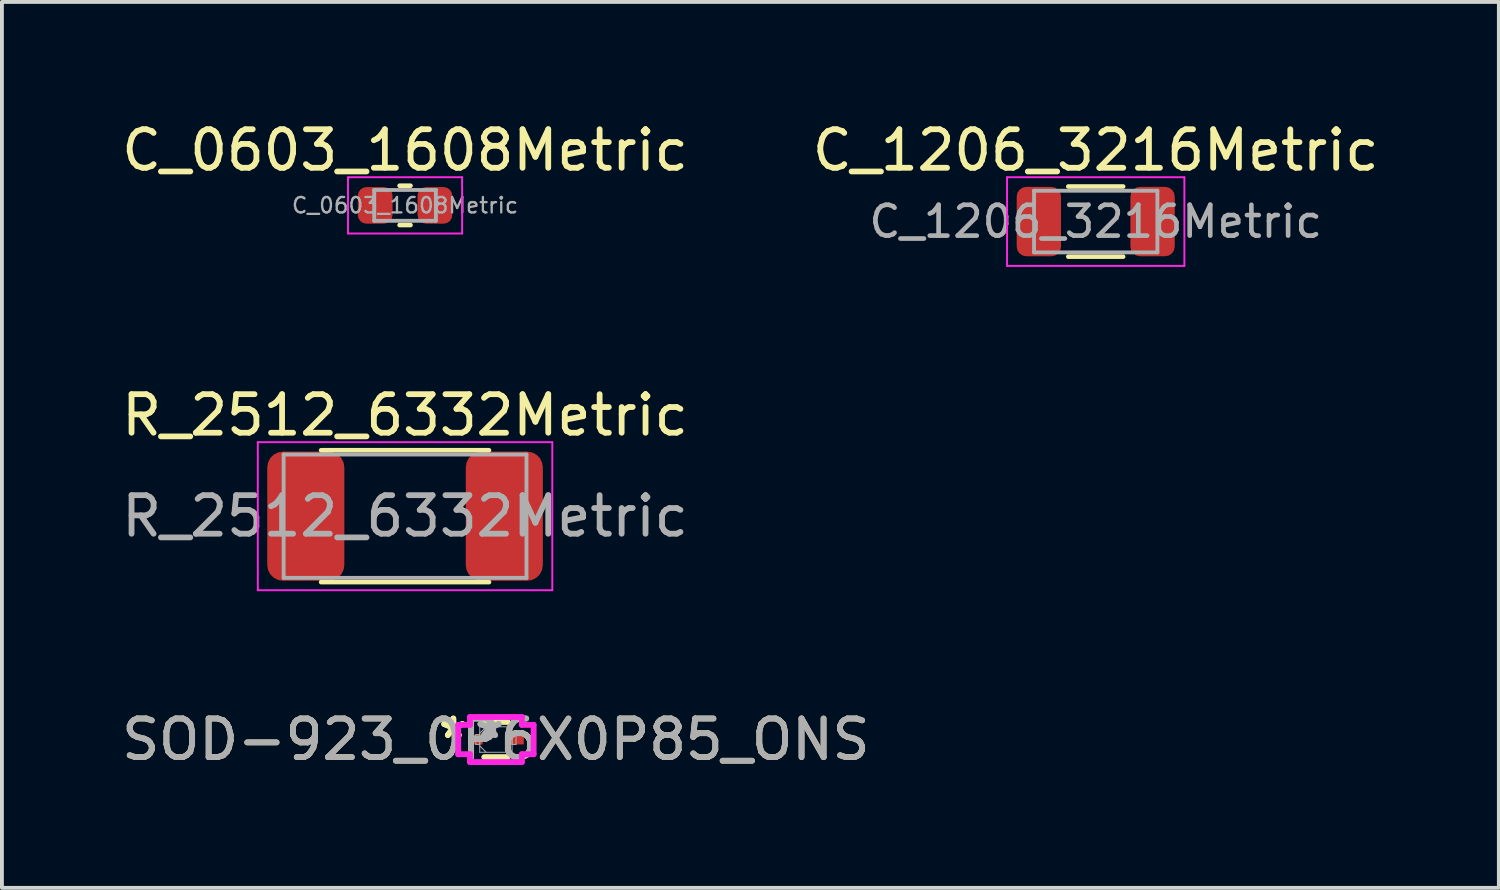
<source format=kicad_pcb>
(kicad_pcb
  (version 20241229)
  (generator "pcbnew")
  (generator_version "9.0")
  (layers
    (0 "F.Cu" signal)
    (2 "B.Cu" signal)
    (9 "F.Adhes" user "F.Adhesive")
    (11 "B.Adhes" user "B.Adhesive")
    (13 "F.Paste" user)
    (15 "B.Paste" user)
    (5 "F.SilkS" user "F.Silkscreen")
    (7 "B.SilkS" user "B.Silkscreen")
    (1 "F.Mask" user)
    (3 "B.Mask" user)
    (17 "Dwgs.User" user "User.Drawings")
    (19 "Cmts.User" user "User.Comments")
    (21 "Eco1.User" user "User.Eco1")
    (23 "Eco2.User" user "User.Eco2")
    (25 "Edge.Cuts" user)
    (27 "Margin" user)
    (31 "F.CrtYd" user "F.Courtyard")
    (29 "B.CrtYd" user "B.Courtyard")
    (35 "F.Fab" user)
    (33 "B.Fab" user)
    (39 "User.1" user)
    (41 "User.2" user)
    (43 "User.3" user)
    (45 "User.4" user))
  (footprint "C_0603_1608Metric"
    (layer "F.Cu")
    (at 7.458 2.278)
    (property "Reference" "C_0603_1608Metric" (at 0 -1.43 0) (layer "F.SilkS") (effects (font (size 1 1) (thickness 0.15))))
    (attr smd)
    (fp_line (start -0.141 -0.51) (end 0.141 -0.51) (stroke (width 0.12) (type solid)) (layer "F.SilkS"))
    (fp_line (start -0.141 0.51) (end 0.141 0.51) (stroke (width 0.12) (type solid)) (layer "F.SilkS"))
    (fp_line (start -1.48 -0.73) (end 1.48 -0.73) (stroke (width 0.05) (type solid)) (layer "F.CrtYd"))
    (fp_line (start -1.48 0.73) (end -1.48 -0.73) (stroke (width 0.05) (type solid)) (layer "F.CrtYd"))
    (fp_line (start 1.48 -0.73) (end 1.48 0.73) (stroke (width 0.05) (type solid)) (layer "F.CrtYd"))
    (fp_line (start 1.48 0.73) (end -1.48 0.73) (stroke (width 0.05) (type solid)) (layer "F.CrtYd"))
    (fp_line (start -0.8 -0.4) (end 0.8 -0.4) (stroke (width 0.1) (type solid)) (layer "F.Fab"))
    (fp_line (start -0.8 0.4) (end -0.8 -0.4) (stroke (width 0.1) (type solid)) (layer "F.Fab"))
    (fp_line (start 0.8 -0.4) (end 0.8 0.4) (stroke (width 0.1) (type solid)) (layer "F.Fab"))
    (fp_line (start 0.8 0.4) (end -0.8 0.4) (stroke (width 0.1) (type solid)) (layer "F.Fab"))
    (fp_text user "${REFERENCE}" (at 0 0 0) (layer "F.Fab") (effects (font (size 0.4 0.4) (thickness 0.06))))
    (pad "1" smd roundrect (at -0.775 0) (size 0.9 0.95) (layers "F.Cu" "F.Mask" "F.Paste") (roundrect_rratio 0.25))
    (pad "2" smd roundrect (at 0.775 0) (size 0.9 0.95) (layers "F.Cu" "F.Mask" "F.Paste") (roundrect_rratio 0.25))
    (zone (net_name "") (layer "F.Cu") (hatch edge 0.5) (connect_pads) (min_thickness 0.25) (filled_areas_thickness no) (keepout (tracks not_allowed) (vias not_allowed) (pads allowed) (copperpour not_allowed) (footprints allowed)) (placement (enabled no)) (fill) (polygon (pts (xy 7.533 2.843) (xy 7.533 1.703) (xy 7.383 1.703) (xy 7.383 2.843)))))
  (footprint "C_1206_3216Metric"
    (layer "F.Cu")
    (at 25.375 2.698)
    (property "Reference" "C_1206_3216Metric" (at 0 -1.85 0) (layer "F.SilkS") (effects (font (size 1 1) (thickness 0.15))))
    (attr smd)
    (fp_line (start -0.711 -0.91) (end 0.711 -0.91) (stroke (width 0.12) (type solid)) (layer "F.SilkS"))
    (fp_line (start -0.711 0.91) (end 0.711 0.91) (stroke (width 0.12) (type solid)) (layer "F.SilkS"))
    (fp_line (start -2.3 -1.15) (end 2.3 -1.15) (stroke (width 0.05) (type solid)) (layer "F.CrtYd"))
    (fp_line (start -2.3 1.15) (end -2.3 -1.15) (stroke (width 0.05) (type solid)) (layer "F.CrtYd"))
    (fp_line (start 2.3 -1.15) (end 2.3 1.15) (stroke (width 0.05) (type solid)) (layer "F.CrtYd"))
    (fp_line (start 2.3 1.15) (end -2.3 1.15) (stroke (width 0.05) (type solid)) (layer "F.CrtYd"))
    (fp_line (start -1.6 -0.8) (end 1.6 -0.8) (stroke (width 0.1) (type solid)) (layer "F.Fab"))
    (fp_line (start -1.6 0.8) (end -1.6 -0.8) (stroke (width 0.1) (type solid)) (layer "F.Fab"))
    (fp_line (start 1.6 -0.8) (end 1.6 0.8) (stroke (width 0.1) (type solid)) (layer "F.Fab"))
    (fp_line (start 1.6 0.8) (end -1.6 0.8) (stroke (width 0.1) (type solid)) (layer "F.Fab"))
    (fp_text user "${REFERENCE}" (at 0 0 0) (layer "F.Fab") (effects (font (size 0.8 0.8) (thickness 0.12))))
    (pad "1" smd roundrect (at -1.475 0) (size 1.15 1.8) (layers "F.Cu" "F.Mask" "F.Paste") (roundrect_rratio 0.217))
    (pad "2" smd roundrect (at 1.475 0) (size 1.15 1.8) (layers "F.Cu" "F.Mask" "F.Paste") (roundrect_rratio 0.217))
    (zone (net_name "") (layer "F.Cu") (hatch edge 0.5) (connect_pads) (min_thickness 0.25) (filled_areas_thickness no) (keepout (tracks not_allowed) (vias not_allowed) (pads allowed) (copperpour not_allowed) (footprints allowed)) (placement (enabled no)) (fill) (polygon (pts (xy 25.725 3.668) (xy 25.725 1.728) (xy 25.025 1.728) (xy 25.025 3.668)))))
  (footprint "R_2512_6332Metric"
    (layer "F.Cu")
    (at 7.458 10.341)
    (property "Reference" "R_2512_6332Metric" (at 0 -2.62 0) (layer "F.SilkS") (effects (font (size 1 1) (thickness 0.15))))
    (attr smd)
    (fp_line (start -2.177 -1.71) (end 2.177 -1.71) (stroke (width 0.12) (type solid)) (layer "F.SilkS"))
    (fp_line (start -2.177 1.71) (end 2.177 1.71) (stroke (width 0.12) (type solid)) (layer "F.SilkS"))
    (fp_line (start -3.82 -1.92) (end 3.82 -1.92) (stroke (width 0.05) (type solid)) (layer "F.CrtYd"))
    (fp_line (start -3.82 1.92) (end -3.82 -1.92) (stroke (width 0.05) (type solid)) (layer "F.CrtYd"))
    (fp_line (start 3.82 -1.92) (end 3.82 1.92) (stroke (width 0.05) (type solid)) (layer "F.CrtYd"))
    (fp_line (start 3.82 1.92) (end -3.82 1.92) (stroke (width 0.05) (type solid)) (layer "F.CrtYd"))
    (fp_line (start -3.15 -1.6) (end 3.15 -1.6) (stroke (width 0.1) (type solid)) (layer "F.Fab"))
    (fp_line (start -3.15 1.6) (end -3.15 -1.6) (stroke (width 0.1) (type solid)) (layer "F.Fab"))
    (fp_line (start 3.15 -1.6) (end 3.15 1.6) (stroke (width 0.1) (type solid)) (layer "F.Fab"))
    (fp_line (start 3.15 1.6) (end -3.15 1.6) (stroke (width 0.1) (type solid)) (layer "F.Fab"))
    (fp_text user "${REFERENCE}" (at 0 0 0) (layer "F.Fab") (effects (font (size 1 1) (thickness 0.15))))
    (pad "1" smd roundrect (at -2.575 0) (size 2 3.35) (layers "F.Cu" "F.Mask" "F.Paste") (roundrect_rratio 0.204))
    (pad "2" smd roundrect (at 2.575 0) (size 2 3.35) (layers "F.Cu" "F.Mask" "F.Paste") (roundrect_rratio 0.204)))
  (footprint "SOD-923_0P6X0P85_ONS"
    (layer "F.Cu")
    (at 9.815 16.135)
    (property "Reference" "SOD-923_0P6X0P85_ONS" (at 0 0 0) (unlocked yes) (layer "F.SilkS") (effects (font (size 1 1) (thickness 0.15))))
    (attr smd)
    (fp_line (start -0.302 0.457) (end 0.302 0.457) (stroke (width 0.152) (type solid)) (layer "F.SilkS"))
    (fp_line (start 0.302 -0.457) (end -0.302 -0.457) (stroke (width 0.152) (type solid)) (layer "F.SilkS"))
    (fp_line (start -0.978 -0.381) (end -0.673 -0.381) (stroke (width 0.152) (type solid)) (layer "F.CrtYd"))
    (fp_line (start -0.978 0.381) (end -0.978 -0.381) (stroke (width 0.152) (type solid)) (layer "F.CrtYd"))
    (fp_line (start -0.673 -0.584) (end 0.673 -0.584) (stroke (width 0.152) (type solid)) (layer "F.CrtYd"))
    (fp_line (start -0.673 -0.381) (end -0.673 -0.584) (stroke (width 0.152) (type solid)) (layer "F.CrtYd"))
    (fp_line (start -0.673 0.381) (end -0.978 0.381) (stroke (width 0.152) (type solid)) (layer "F.CrtYd"))
    (fp_line (start -0.673 0.584) (end -0.673 0.381) (stroke (width 0.152) (type solid)) (layer "F.CrtYd"))
    (fp_line (start 0.673 -0.584) (end 0.673 -0.381) (stroke (width 0.152) (type solid)) (layer "F.CrtYd"))
    (fp_line (start 0.673 -0.381) (end 0.978 -0.381) (stroke (width 0.152) (type solid)) (layer "F.CrtYd"))
    (fp_line (start 0.673 0.381) (end 0.673 0.584) (stroke (width 0.152) (type solid)) (layer "F.CrtYd"))
    (fp_line (start 0.673 0.584) (end -0.673 0.584) (stroke (width 0.152) (type solid)) (layer "F.CrtYd"))
    (fp_line (start 0.978 -0.381) (end 0.978 0.381) (stroke (width 0.152) (type solid)) (layer "F.CrtYd"))
    (fp_line (start 0.978 0.381) (end 0.673 0.381) (stroke (width 0.152) (type solid)) (layer "F.CrtYd"))
    (fp_line (start -0.521 -0.127) (end -0.521 0.127) (stroke (width 0.025) (type solid)) (layer "F.Fab"))
    (fp_line (start -0.521 0.127) (end -0.419 0.127) (stroke (width 0.025) (type solid)) (layer "F.Fab"))
    (fp_line (start -0.419 -0.33) (end -0.419 0.33) (stroke (width 0.025) (type solid)) (layer "F.Fab"))
    (fp_line (start -0.419 -0.165) (end -0.254 -0.33) (stroke (width 0.025) (type solid)) (layer "F.Fab"))
    (fp_line (start -0.419 -0.127) (end -0.521 -0.127) (stroke (width 0.025) (type solid)) (layer "F.Fab"))
    (fp_line (start -0.419 0.127) (end -0.419 -0.127) (stroke (width 0.025) (type solid)) (layer "F.Fab"))
    (fp_line (start -0.419 0.165) (end -0.254 0.33) (stroke (width 0.025) (type solid)) (layer "F.Fab"))
    (fp_line (start -0.419 0.33) (end 0.419 0.33) (stroke (width 0.025) (type solid)) (layer "F.Fab"))
    (fp_line (start 0.419 -0.33) (end -0.419 -0.33) (stroke (width 0.025) (type solid)) (layer "F.Fab"))
    (fp_line (start 0.419 -0.127) (end 0.419 0.127) (stroke (width 0.025) (type solid)) (layer "F.Fab"))
    (fp_line (start 0.419 0.127) (end 0.521 0.127) (stroke (width 0.025) (type solid)) (layer "F.Fab"))
    (fp_line (start 0.419 0.33) (end 0.419 -0.33) (stroke (width 0.025) (type solid)) (layer "F.Fab"))
    (fp_line (start 0.521 -0.127) (end 0.419 -0.127) (stroke (width 0.025) (type solid)) (layer "F.Fab"))
    (fp_line (start 0.521 0.127) (end 0.521 -0.127) (stroke (width 0.025) (type solid)) (layer "F.Fab"))
    (fp_text user "*" (at -1.105 0 0) (unlocked yes) (layer "F.SilkS") (effects (font (size 1 1) (thickness 0.15))))
    (fp_text user "*" (at -1.105 0 0) (layer "F.SilkS") (effects (font (size 1 1) (thickness 0.15))))
    (fp_text user "*" (at -0.165 0 0) (layer "F.Fab") (effects (font (size 1 1) (thickness 0.15))))
    (fp_text user "${REFERENCE}" (at 0 0 0) (unlocked yes) (layer "F.Fab") (effects (font (size 1 1) (thickness 0.15))))
    (fp_text user "*" (at -0.165 0 0) (unlocked yes) (layer "F.Fab") (effects (font (size 1 1) (thickness 0.15))))
    (pad "1" smd rect (at -0.533 0) (size 0.381 0.254) (layers "F.Cu" "F.Mask" "F.Paste"))
    (pad "2" smd rect (at 0.533 0) (size 0.381 0.254) (layers "F.Cu" "F.Mask" "F.Paste"))
    (zone (net_name "") (layer "F.Cu") (hatch full 0.508) (connect_pads) (min_thickness 0.254) (filled_areas_thickness no) (keepout (tracks not_allowed) (vias not_allowed) (pads allowed) (copperpour not_allowed) (footprints allowed)) (placement (enabled no)) (fill) (polygon (pts (xy 9.523 15.855) (xy 10.108 15.855) (xy 10.108 16.414) (xy 9.523 16.414)))))
  (gr_rect
    (start -3 -3)
    (end 35.833 19.983)
    (stroke (width 0.1) (type default))
    (fill no)
    (layer "Edge.Cuts")))
</source>
